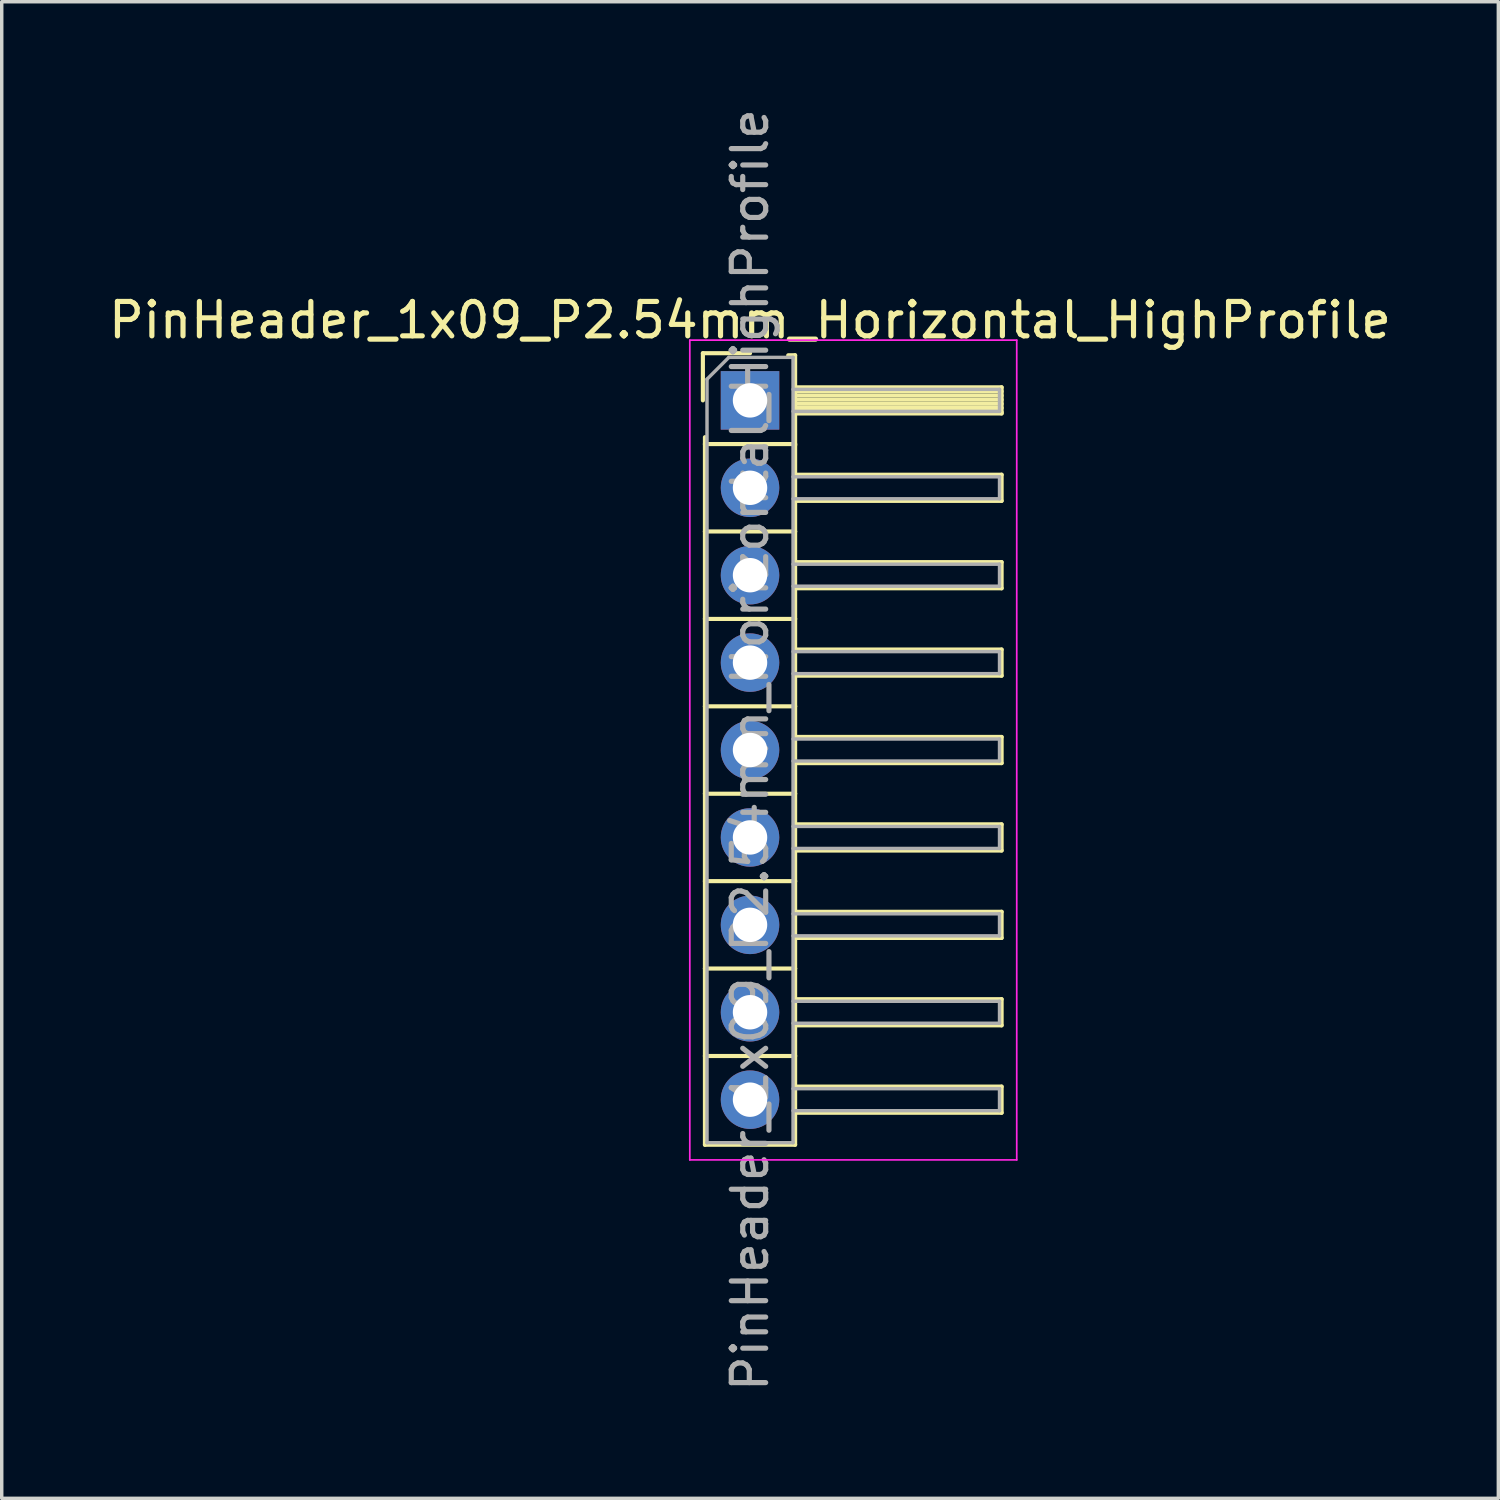
<source format=kicad_pcb>
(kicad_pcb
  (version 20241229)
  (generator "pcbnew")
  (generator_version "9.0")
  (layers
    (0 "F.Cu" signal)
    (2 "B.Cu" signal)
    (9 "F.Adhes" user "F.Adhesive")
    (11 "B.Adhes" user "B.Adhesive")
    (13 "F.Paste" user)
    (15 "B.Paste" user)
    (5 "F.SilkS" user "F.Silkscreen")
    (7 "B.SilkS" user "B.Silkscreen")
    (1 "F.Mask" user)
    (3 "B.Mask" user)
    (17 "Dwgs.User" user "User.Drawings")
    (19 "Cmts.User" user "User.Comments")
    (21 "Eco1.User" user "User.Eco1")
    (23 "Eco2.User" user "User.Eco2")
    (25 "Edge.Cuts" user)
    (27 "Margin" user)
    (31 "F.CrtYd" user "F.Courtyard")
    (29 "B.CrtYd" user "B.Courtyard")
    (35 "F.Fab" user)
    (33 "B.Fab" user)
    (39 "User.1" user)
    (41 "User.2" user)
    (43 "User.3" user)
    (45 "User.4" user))
  (footprint "PinHeader_1x09_P2.54mm_Horizontal_HighProfile"
    (layer "F.Cu")
    (at 18.744 8.584)
    (property "Reference" "PinHeader_1x09_P2.54mm_Horizontal_HighProfile" (at 0 -2.33 0) (layer "F.SilkS") (effects (font (size 1 1) (thickness 0.15))))
    (attr through_hole)
    (fp_line (start -1.37 -1.37) (end -1.37 0) (stroke (width 0.12) (type solid)) (layer "F.SilkS"))
    (fp_line (start -1.37 -1.37) (end 0 -1.37) (stroke (width 0.12) (type solid)) (layer "F.SilkS"))
    (fp_line (start -1.31 1.27) (end -1.31 1.07) (stroke (width 0.12) (type solid)) (layer "F.SilkS"))
    (fp_line (start -1.31 1.27) (end -1.31 3.81) (stroke (width 0.12) (type solid)) (layer "F.SilkS"))
    (fp_line (start -1.31 1.27) (end 1.31 1.27) (stroke (width 0.12) (type solid)) (layer "F.SilkS"))
    (fp_line (start -1.31 3.81) (end -1.31 6.35) (stroke (width 0.12) (type solid)) (layer "F.SilkS"))
    (fp_line (start -1.31 3.81) (end 1.31 3.81) (stroke (width 0.12) (type solid)) (layer "F.SilkS"))
    (fp_line (start -1.31 6.35) (end -1.31 8.89) (stroke (width 0.12) (type solid)) (layer "F.SilkS"))
    (fp_line (start -1.31 6.35) (end 1.31 6.35) (stroke (width 0.12) (type solid)) (layer "F.SilkS"))
    (fp_line (start -1.31 8.89) (end -1.31 11.43) (stroke (width 0.12) (type solid)) (layer "F.SilkS"))
    (fp_line (start -1.31 8.89) (end 1.31 8.89) (stroke (width 0.12) (type solid)) (layer "F.SilkS"))
    (fp_line (start -1.31 11.43) (end -1.31 13.97) (stroke (width 0.12) (type solid)) (layer "F.SilkS"))
    (fp_line (start -1.31 11.43) (end 1.31 11.43) (stroke (width 0.12) (type solid)) (layer "F.SilkS"))
    (fp_line (start -1.31 13.97) (end -1.31 16.51) (stroke (width 0.12) (type solid)) (layer "F.SilkS"))
    (fp_line (start -1.31 13.97) (end 1.31 13.97) (stroke (width 0.12) (type solid)) (layer "F.SilkS"))
    (fp_line (start -1.31 16.51) (end -1.31 19.05) (stroke (width 0.12) (type solid)) (layer "F.SilkS"))
    (fp_line (start -1.31 16.51) (end 1.31 16.51) (stroke (width 0.12) (type solid)) (layer "F.SilkS"))
    (fp_line (start -1.31 19.05) (end -1.31 21.63) (stroke (width 0.12) (type solid)) (layer "F.SilkS"))
    (fp_line (start -1.31 19.05) (end 1.31 19.05) (stroke (width 0.12) (type solid)) (layer "F.SilkS"))
    (fp_line (start -1.31 21.63) (end 1.31 21.63) (stroke (width 0.12) (type solid)) (layer "F.SilkS"))
    (fp_line (start 1.11 -1.31) (end 1.31 -1.31) (stroke (width 0.12) (type solid)) (layer "F.SilkS"))
    (fp_line (start 1.31 -1.31) (end 1.31 1.31) (stroke (width 0.12) (type solid)) (layer "F.SilkS"))
    (fp_line (start 1.31 -0.38) (end 7.31 -0.38) (stroke (width 0.12) (type solid)) (layer "F.SilkS"))
    (fp_line (start 1.31 -0.26) (end 7.31 -0.26) (stroke (width 0.12) (type solid)) (layer "F.SilkS"))
    (fp_line (start 1.31 -0.14) (end 7.31 -0.14) (stroke (width 0.12) (type solid)) (layer "F.SilkS"))
    (fp_line (start 1.31 -0.02) (end 7.31 -0.02) (stroke (width 0.12) (type solid)) (layer "F.SilkS"))
    (fp_line (start 1.31 0.1) (end 7.31 0.1) (stroke (width 0.12) (type solid)) (layer "F.SilkS"))
    (fp_line (start 1.31 0.22) (end 7.31 0.22) (stroke (width 0.12) (type solid)) (layer "F.SilkS"))
    (fp_line (start 1.31 0.34) (end 7.31 0.34) (stroke (width 0.12) (type solid)) (layer "F.SilkS"))
    (fp_line (start 1.31 0.38) (end 7.31 0.38) (stroke (width 0.12) (type solid)) (layer "F.SilkS"))
    (fp_line (start 1.31 1.27) (end 1.31 3.81) (stroke (width 0.12) (type solid)) (layer "F.SilkS"))
    (fp_line (start 1.31 2.16) (end 7.31 2.16) (stroke (width 0.12) (type solid)) (layer "F.SilkS"))
    (fp_line (start 1.31 2.92) (end 7.31 2.92) (stroke (width 0.12) (type solid)) (layer "F.SilkS"))
    (fp_line (start 1.31 3.81) (end 1.31 6.35) (stroke (width 0.12) (type solid)) (layer "F.SilkS"))
    (fp_line (start 1.31 4.7) (end 7.31 4.7) (stroke (width 0.12) (type solid)) (layer "F.SilkS"))
    (fp_line (start 1.31 5.46) (end 7.31 5.46) (stroke (width 0.12) (type solid)) (layer "F.SilkS"))
    (fp_line (start 1.31 6.35) (end 1.31 8.89) (stroke (width 0.12) (type solid)) (layer "F.SilkS"))
    (fp_line (start 1.31 7.24) (end 7.31 7.24) (stroke (width 0.12) (type solid)) (layer "F.SilkS"))
    (fp_line (start 1.31 8) (end 7.31 8) (stroke (width 0.12) (type solid)) (layer "F.SilkS"))
    (fp_line (start 1.31 8.89) (end 1.31 11.43) (stroke (width 0.12) (type solid)) (layer "F.SilkS"))
    (fp_line (start 1.31 9.78) (end 7.31 9.78) (stroke (width 0.12) (type solid)) (layer "F.SilkS"))
    (fp_line (start 1.31 10.54) (end 7.31 10.54) (stroke (width 0.12) (type solid)) (layer "F.SilkS"))
    (fp_line (start 1.31 11.43) (end 1.31 13.97) (stroke (width 0.12) (type solid)) (layer "F.SilkS"))
    (fp_line (start 1.31 12.32) (end 7.31 12.32) (stroke (width 0.12) (type solid)) (layer "F.SilkS"))
    (fp_line (start 1.31 13.08) (end 7.31 13.08) (stroke (width 0.12) (type solid)) (layer "F.SilkS"))
    (fp_line (start 1.31 13.97) (end 1.31 16.51) (stroke (width 0.12) (type solid)) (layer "F.SilkS"))
    (fp_line (start 1.31 14.86) (end 7.31 14.86) (stroke (width 0.12) (type solid)) (layer "F.SilkS"))
    (fp_line (start 1.31 15.62) (end 7.31 15.62) (stroke (width 0.12) (type solid)) (layer "F.SilkS"))
    (fp_line (start 1.31 16.51) (end 1.31 19.05) (stroke (width 0.12) (type solid)) (layer "F.SilkS"))
    (fp_line (start 1.31 17.4) (end 7.31 17.4) (stroke (width 0.12) (type solid)) (layer "F.SilkS"))
    (fp_line (start 1.31 18.16) (end 7.31 18.16) (stroke (width 0.12) (type solid)) (layer "F.SilkS"))
    (fp_line (start 1.31 19.05) (end 1.31 21.63) (stroke (width 0.12) (type solid)) (layer "F.SilkS"))
    (fp_line (start 1.31 19.94) (end 7.31 19.94) (stroke (width 0.12) (type solid)) (layer "F.SilkS"))
    (fp_line (start 1.31 20.7) (end 7.31 20.7) (stroke (width 0.12) (type solid)) (layer "F.SilkS"))
    (fp_line (start 7.31 -0.38) (end 7.31 0.38) (stroke (width 0.12) (type solid)) (layer "F.SilkS"))
    (fp_line (start 7.31 2.16) (end 7.31 2.92) (stroke (width 0.12) (type solid)) (layer "F.SilkS"))
    (fp_line (start 7.31 4.7) (end 7.31 5.46) (stroke (width 0.12) (type solid)) (layer "F.SilkS"))
    (fp_line (start 7.31 7.24) (end 7.31 8) (stroke (width 0.12) (type solid)) (layer "F.SilkS"))
    (fp_line (start 7.31 9.78) (end 7.31 10.54) (stroke (width 0.12) (type solid)) (layer "F.SilkS"))
    (fp_line (start 7.31 12.32) (end 7.31 13.08) (stroke (width 0.12) (type solid)) (layer "F.SilkS"))
    (fp_line (start 7.31 14.86) (end 7.31 15.62) (stroke (width 0.12) (type solid)) (layer "F.SilkS"))
    (fp_line (start 7.31 17.4) (end 7.31 18.16) (stroke (width 0.12) (type solid)) (layer "F.SilkS"))
    (fp_line (start 7.31 19.94) (end 7.31 20.7) (stroke (width 0.12) (type solid)) (layer "F.SilkS"))
    (fp_line (start -1.75 -1.75) (end -1.75 22.07) (stroke (width 0.05) (type solid)) (layer "F.CrtYd"))
    (fp_line (start -1.75 -1.75) (end 7.75 -1.75) (stroke (width 0.05) (type solid)) (layer "F.CrtYd"))
    (fp_line (start -1.75 22.07) (end 7.75 22.07) (stroke (width 0.05) (type solid)) (layer "F.CrtYd"))
    (fp_line (start 7.75 -1.75) (end 7.75 22.07) (stroke (width 0.05) (type solid)) (layer "F.CrtYd"))
    (fp_line (start -1.25 -0.615) (end -1.25 21.57) (stroke (width 0.1) (type solid)) (layer "F.Fab"))
    (fp_line (start -1.25 -0.615) (end -0.615 -1.25) (stroke (width 0.1) (type solid)) (layer "F.Fab"))
    (fp_line (start -1.25 21.57) (end 1.25 21.57) (stroke (width 0.1) (type solid)) (layer "F.Fab"))
    (fp_line (start -0.615 -1.25) (end 1.25 -1.25) (stroke (width 0.1) (type solid)) (layer "F.Fab"))
    (fp_line (start 1.25 -1.25) (end 1.25 21.57) (stroke (width 0.1) (type solid)) (layer "F.Fab"))
    (fp_line (start 1.25 -0.32) (end 7.25 -0.32) (stroke (width 0.1) (type solid)) (layer "F.Fab"))
    (fp_line (start 1.25 0.32) (end 7.25 0.32) (stroke (width 0.1) (type solid)) (layer "F.Fab"))
    (fp_line (start 1.25 2.22) (end 7.25 2.22) (stroke (width 0.1) (type solid)) (layer "F.Fab"))
    (fp_line (start 1.25 2.86) (end 7.25 2.86) (stroke (width 0.1) (type solid)) (layer "F.Fab"))
    (fp_line (start 1.25 4.76) (end 7.25 4.76) (stroke (width 0.1) (type solid)) (layer "F.Fab"))
    (fp_line (start 1.25 5.4) (end 7.25 5.4) (stroke (width 0.1) (type solid)) (layer "F.Fab"))
    (fp_line (start 1.25 7.3) (end 7.25 7.3) (stroke (width 0.1) (type solid)) (layer "F.Fab"))
    (fp_line (start 1.25 7.94) (end 7.25 7.94) (stroke (width 0.1) (type solid)) (layer "F.Fab"))
    (fp_line (start 1.25 9.84) (end 7.25 9.84) (stroke (width 0.1) (type solid)) (layer "F.Fab"))
    (fp_line (start 1.25 10.48) (end 7.25 10.48) (stroke (width 0.1) (type solid)) (layer "F.Fab"))
    (fp_line (start 1.25 12.38) (end 7.25 12.38) (stroke (width 0.1) (type solid)) (layer "F.Fab"))
    (fp_line (start 1.25 13.02) (end 7.25 13.02) (stroke (width 0.1) (type solid)) (layer "F.Fab"))
    (fp_line (start 1.25 14.92) (end 7.25 14.92) (stroke (width 0.1) (type solid)) (layer "F.Fab"))
    (fp_line (start 1.25 15.56) (end 7.25 15.56) (stroke (width 0.1) (type solid)) (layer "F.Fab"))
    (fp_line (start 1.25 17.46) (end 7.25 17.46) (stroke (width 0.1) (type solid)) (layer "F.Fab"))
    (fp_line (start 1.25 18.1) (end 7.25 18.1) (stroke (width 0.1) (type solid)) (layer "F.Fab"))
    (fp_line (start 1.25 20) (end 7.25 20) (stroke (width 0.1) (type solid)) (layer "F.Fab"))
    (fp_line (start 1.25 20.64) (end 7.25 20.64) (stroke (width 0.1) (type solid)) (layer "F.Fab"))
    (fp_line (start 7.25 -0.32) (end 7.25 0.32) (stroke (width 0.1) (type solid)) (layer "F.Fab"))
    (fp_line (start 7.25 2.22) (end 7.25 2.86) (stroke (width 0.1) (type solid)) (layer "F.Fab"))
    (fp_line (start 7.25 4.76) (end 7.25 5.4) (stroke (width 0.1) (type solid)) (layer "F.Fab"))
    (fp_line (start 7.25 7.3) (end 7.25 7.94) (stroke (width 0.1) (type solid)) (layer "F.Fab"))
    (fp_line (start 7.25 9.84) (end 7.25 10.48) (stroke (width 0.1) (type solid)) (layer "F.Fab"))
    (fp_line (start 7.25 12.38) (end 7.25 13.02) (stroke (width 0.1) (type solid)) (layer "F.Fab"))
    (fp_line (start 7.25 14.92) (end 7.25 15.56) (stroke (width 0.1) (type solid)) (layer "F.Fab"))
    (fp_line (start 7.25 17.46) (end 7.25 18.1) (stroke (width 0.1) (type solid)) (layer "F.Fab"))
    (fp_line (start 7.25 20) (end 7.25 20.64) (stroke (width 0.1) (type solid)) (layer "F.Fab"))
    (fp_text user "${REFERENCE}" (at 0 10.16 90) (layer "F.Fab") (effects (font (size 1 1) (thickness 0.15))))
    (pad "1" thru_hole rect (at 0 0) (size 1.7 1.7) (drill 1) (layers "*.Cu" "*.Mask"))
    (pad "2" thru_hole oval (at 0 2.54) (size 1.7 1.7) (drill 1) (layers "*.Cu" "*.Mask"))
    (pad "3" thru_hole oval (at 0 5.08) (size 1.7 1.7) (drill 1) (layers "*.Cu" "*.Mask"))
    (pad "4" thru_hole oval (at 0 7.62) (size 1.7 1.7) (drill 1) (layers "*.Cu" "*.Mask"))
    (pad "5" thru_hole oval (at 0 10.16) (size 1.7 1.7) (drill 1) (layers "*.Cu" "*.Mask"))
    (pad "6" thru_hole oval (at 0 12.7) (size 1.7 1.7) (drill 1) (layers "*.Cu" "*.Mask"))
    (pad "7" thru_hole oval (at 0 15.24) (size 1.7 1.7) (drill 1) (layers "*.Cu" "*.Mask"))
    (pad "8" thru_hole oval (at 0 17.78) (size 1.7 1.7) (drill 1) (layers "*.Cu" "*.Mask"))
    (pad "9" thru_hole oval (at 0 20.32) (size 1.7 1.7) (drill 1) (layers "*.Cu" "*.Mask")))
  (gr_rect
    (start -3 -3)
    (end 40.488 40.488)
    (stroke (width 0.1) (type default))
    (fill no)
    (layer "Edge.Cuts")))
</source>
